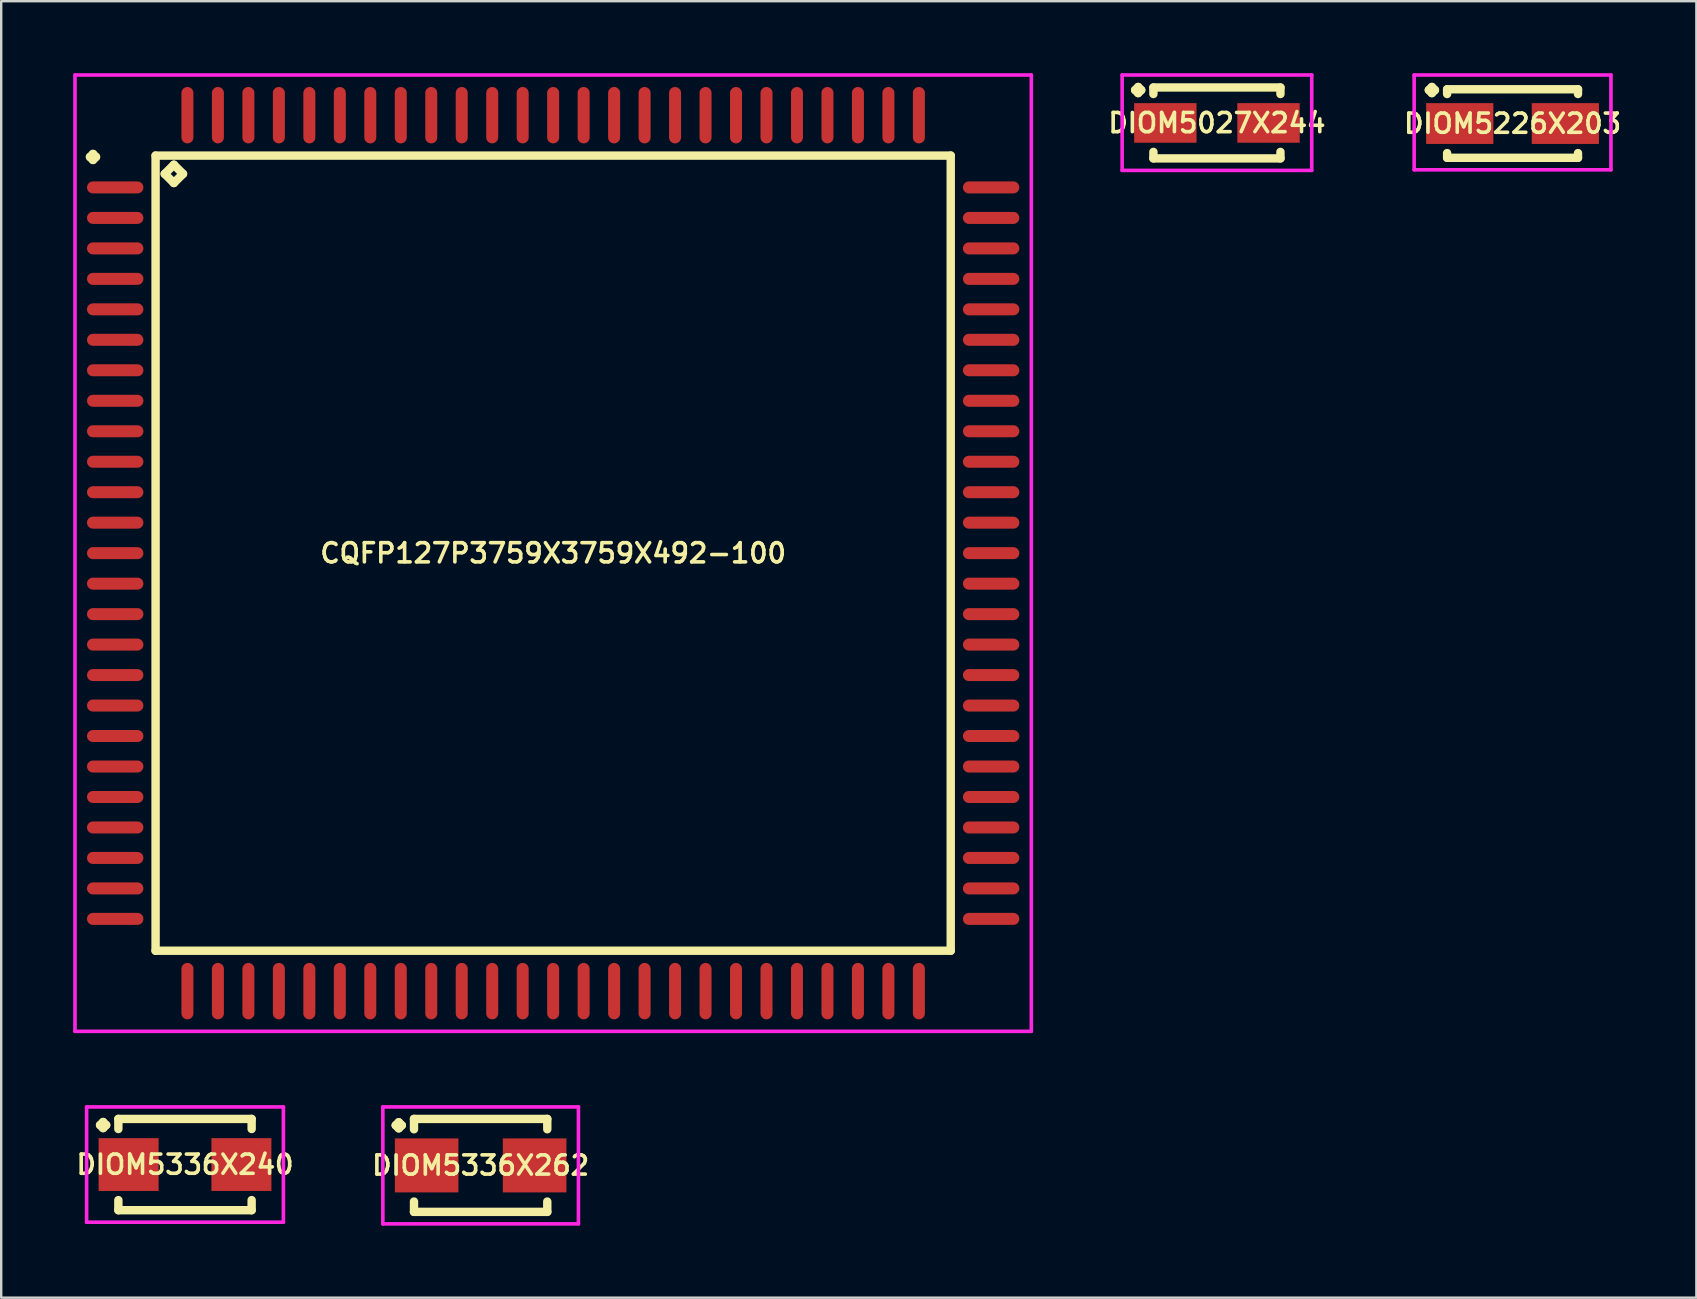
<source format=kicad_pcb>
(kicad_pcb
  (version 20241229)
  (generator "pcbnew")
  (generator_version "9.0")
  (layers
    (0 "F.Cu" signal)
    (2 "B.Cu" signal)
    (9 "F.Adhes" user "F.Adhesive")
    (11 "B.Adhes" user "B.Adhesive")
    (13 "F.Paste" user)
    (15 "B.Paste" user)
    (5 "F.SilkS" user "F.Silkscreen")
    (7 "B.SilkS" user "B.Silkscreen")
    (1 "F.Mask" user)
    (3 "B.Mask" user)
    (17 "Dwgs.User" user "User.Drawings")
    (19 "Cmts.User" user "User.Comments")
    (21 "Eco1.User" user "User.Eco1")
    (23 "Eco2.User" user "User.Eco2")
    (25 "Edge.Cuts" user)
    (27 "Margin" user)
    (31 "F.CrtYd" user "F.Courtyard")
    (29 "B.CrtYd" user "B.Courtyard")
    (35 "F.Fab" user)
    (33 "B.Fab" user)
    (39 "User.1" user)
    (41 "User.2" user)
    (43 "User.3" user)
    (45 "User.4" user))
  (footprint "DIOM5027X244"
    (layer "F.Cu")
    (at 47.659 2.073)
    (property "Reference" "DIOM5027X244" (at 0 0 0) (layer "F.SilkS") (effects (font (size 0.8 0.8) (thickness 0.15))))
    (attr through_hole)
    (fp_line (start -3.409 -1.371) (end -3.282 -1.498) (stroke (width 0.35) (type solid)) (layer "F.SilkS"))
    (fp_line (start -3.282 -1.498) (end -3.155 -1.371) (stroke (width 0.35) (type solid)) (layer "F.SilkS"))
    (fp_line (start -3.282 -1.244) (end -3.409 -1.371) (stroke (width 0.35) (type solid)) (layer "F.SilkS"))
    (fp_line (start -3.155 -1.371) (end -3.282 -1.244) (stroke (width 0.35) (type solid)) (layer "F.SilkS"))
    (fp_line (start -2.647 -1.477) (end 2.647 -1.477) (stroke (width 0.35) (type solid)) (layer "F.SilkS"))
    (fp_line (start -2.647 -1.206) (end -2.647 -1.477) (stroke (width 0.35) (type solid)) (layer "F.SilkS"))
    (fp_line (start -2.647 1.206) (end -2.647 1.477) (stroke (width 0.35) (type solid)) (layer "F.SilkS"))
    (fp_line (start -2.647 1.477) (end 2.647 1.477) (stroke (width 0.35) (type solid)) (layer "F.SilkS"))
    (fp_line (start 2.647 -1.477) (end 2.647 -1.206) (stroke (width 0.35) (type solid)) (layer "F.SilkS"))
    (fp_line (start 2.647 1.477) (end 2.647 1.206) (stroke (width 0.35) (type solid)) (layer "F.SilkS"))
    (fp_line (start -3.95 -1.998) (end 3.95 -1.998) (stroke (width 0.15) (type solid)) (layer "F.CrtYd"))
    (fp_line (start -3.95 1.977) (end -3.95 -1.998) (stroke (width 0.15) (type solid)) (layer "F.CrtYd"))
    (fp_line (start 3.95 -1.998) (end 3.95 1.977) (stroke (width 0.15) (type solid)) (layer "F.CrtYd"))
    (fp_line (start 3.95 1.977) (end -3.95 1.977) (stroke (width 0.15) (type solid)) (layer "F.CrtYd"))
    (pad "1" smd rect (at -2.15 0) (size 2.6 1.65) (layers "F.Cu" "F.Mask" "F.Paste"))
    (pad "2" smd rect (at 2.15 0) (size 2.6 1.65) (layers "F.Cu" "F.Mask" "F.Paste")))
  (footprint "DIOM5336X240"
    (layer "F.Cu")
    (at 4.659 45.477)
    (property "Reference" "DIOM5336X240" (at 0 0 0) (layer "F.SilkS") (effects (font (size 0.8 0.8) (thickness 0.15))))
    (attr smd)
    (fp_line (start -3.539 -1.646) (end -3.412 -1.773) (stroke (width 0.35) (type solid)) (layer "F.SilkS"))
    (fp_line (start -3.412 -1.773) (end -3.285 -1.646) (stroke (width 0.35) (type solid)) (layer "F.SilkS"))
    (fp_line (start -3.412 -1.519) (end -3.539 -1.646) (stroke (width 0.35) (type solid)) (layer "F.SilkS"))
    (fp_line (start -3.285 -1.646) (end -3.412 -1.519) (stroke (width 0.35) (type solid)) (layer "F.SilkS"))
    (fp_line (start -2.777 -1.902) (end 2.777 -1.902) (stroke (width 0.35) (type solid)) (layer "F.SilkS"))
    (fp_line (start -2.777 -1.481) (end -2.777 -1.902) (stroke (width 0.35) (type solid)) (layer "F.SilkS"))
    (fp_line (start -2.777 1.481) (end -2.777 1.902) (stroke (width 0.35) (type solid)) (layer "F.SilkS"))
    (fp_line (start -2.777 1.902) (end 2.777 1.902) (stroke (width 0.35) (type solid)) (layer "F.SilkS"))
    (fp_line (start 2.777 -1.902) (end 2.777 -1.481) (stroke (width 0.35) (type solid)) (layer "F.SilkS"))
    (fp_line (start 2.777 1.902) (end 2.777 1.481) (stroke (width 0.35) (type solid)) (layer "F.SilkS"))
    (fp_line (start -4.1 -2.402) (end 4.1 -2.402) (stroke (width 0.15) (type solid)) (layer "F.CrtYd"))
    (fp_line (start -4.1 2.402) (end -4.1 -2.402) (stroke (width 0.15) (type solid)) (layer "F.CrtYd"))
    (fp_line (start 4.1 -2.402) (end 4.1 2.402) (stroke (width 0.15) (type solid)) (layer "F.CrtYd"))
    (fp_line (start 4.1 2.402) (end -4.1 2.402) (stroke (width 0.15) (type solid)) (layer "F.CrtYd"))
    (pad "1" smd rect (at -2.35 0) (size 2.5 2.2) (layers "F.Cu" "F.Mask" "F.Paste"))
    (pad "2" smd rect (at 2.35 0) (size 2.5 2.2) (layers "F.Cu" "F.Mask" "F.Paste")))
  (footprint "CQFP127P3759X3759X492-100"
    (layer "F.Cu")
    (at 20 20)
    (property "Reference" "CQFP127P3759X3759X492-100" (at 0 0 0) (layer "F.SilkS") (effects (font (size 0.8 0.8) (thickness 0.15))))
    (attr smd)
    (fp_line (start -19.3 -16.51) (end -19.175 -16.635) (stroke (width 0.35) (type solid)) (layer "F.SilkS"))
    (fp_line (start -19.175 -16.635) (end -19.05 -16.51) (stroke (width 0.35) (type solid)) (layer "F.SilkS"))
    (fp_line (start -19.175 -16.385) (end -19.3 -16.51) (stroke (width 0.35) (type solid)) (layer "F.SilkS"))
    (fp_line (start -19.05 -16.51) (end -19.175 -16.385) (stroke (width 0.35) (type solid)) (layer "F.SilkS"))
    (fp_line (start -16.567 -16.567) (end -16.567 16.567) (stroke (width 0.35) (type solid)) (layer "F.SilkS"))
    (fp_line (start -16.567 16.567) (end 16.567 16.567) (stroke (width 0.35) (type solid)) (layer "F.SilkS"))
    (fp_line (start -16.186 -15.805) (end -15.805 -16.186) (stroke (width 0.35) (type solid)) (layer "F.SilkS"))
    (fp_line (start -15.805 -16.186) (end -15.424 -15.805) (stroke (width 0.35) (type solid)) (layer "F.SilkS"))
    (fp_line (start -15.805 -15.424) (end -16.186 -15.805) (stroke (width 0.35) (type solid)) (layer "F.SilkS"))
    (fp_line (start -15.424 -15.805) (end -15.805 -15.424) (stroke (width 0.35) (type solid)) (layer "F.SilkS"))
    (fp_line (start 16.567 -16.567) (end -16.567 -16.567) (stroke (width 0.35) (type solid)) (layer "F.SilkS"))
    (fp_line (start 16.567 16.567) (end 16.567 -16.567) (stroke (width 0.35) (type solid)) (layer "F.SilkS"))
    (fp_line (start -19.925 -19.925) (end 19.925 -19.925) (stroke (width 0.15) (type solid)) (layer "F.CrtYd"))
    (fp_line (start -19.925 19.925) (end -19.925 -19.925) (stroke (width 0.15) (type solid)) (layer "F.CrtYd"))
    (fp_line (start 19.925 -19.925) (end 19.925 19.925) (stroke (width 0.15) (type solid)) (layer "F.CrtYd"))
    (fp_line (start 19.925 19.925) (end -19.925 19.925) (stroke (width 0.15) (type solid)) (layer "F.CrtYd"))
    (pad "1" smd oval (at -18.25 -15.24) (size 2.35 0.5) (layers "F.Cu" "F.Mask" "F.Paste"))
    (pad "2" smd oval (at -18.25 -13.97) (size 2.35 0.5) (layers "F.Cu" "F.Mask" "F.Paste"))
    (pad "3" smd oval (at -18.25 -12.7) (size 2.35 0.5) (layers "F.Cu" "F.Mask" "F.Paste"))
    (pad "4" smd oval (at -18.25 -11.43) (size 2.35 0.5) (layers "F.Cu" "F.Mask" "F.Paste"))
    (pad "5" smd oval (at -18.25 -10.16) (size 2.35 0.5) (layers "F.Cu" "F.Mask" "F.Paste"))
    (pad "6" smd oval (at -18.25 -8.89) (size 2.35 0.5) (layers "F.Cu" "F.Mask" "F.Paste"))
    (pad "7" smd oval (at -18.25 -7.62) (size 2.35 0.5) (layers "F.Cu" "F.Mask" "F.Paste"))
    (pad "8" smd oval (at -18.25 -6.35) (size 2.35 0.5) (layers "F.Cu" "F.Mask" "F.Paste"))
    (pad "9" smd oval (at -18.25 -5.08) (size 2.35 0.5) (layers "F.Cu" "F.Mask" "F.Paste"))
    (pad "10" smd oval (at -18.25 -3.81) (size 2.35 0.5) (layers "F.Cu" "F.Mask" "F.Paste"))
    (pad "11" smd oval (at -18.25 -2.54) (size 2.35 0.5) (layers "F.Cu" "F.Mask" "F.Paste"))
    (pad "12" smd oval (at -18.25 -1.27) (size 2.35 0.5) (layers "F.Cu" "F.Mask" "F.Paste"))
    (pad "13" smd oval (at -18.25 0) (size 2.35 0.5) (layers "F.Cu" "F.Mask" "F.Paste"))
    (pad "14" smd oval (at -18.25 1.27) (size 2.35 0.5) (layers "F.Cu" "F.Mask" "F.Paste"))
    (pad "15" smd oval (at -18.25 2.54) (size 2.35 0.5) (layers "F.Cu" "F.Mask" "F.Paste"))
    (pad "16" smd oval (at -18.25 3.81) (size 2.35 0.5) (layers "F.Cu" "F.Mask" "F.Paste"))
    (pad "17" smd oval (at -18.25 5.08) (size 2.35 0.5) (layers "F.Cu" "F.Mask" "F.Paste"))
    (pad "18" smd oval (at -18.25 6.35) (size 2.35 0.5) (layers "F.Cu" "F.Mask" "F.Paste"))
    (pad "19" smd oval (at -18.25 7.62) (size 2.35 0.5) (layers "F.Cu" "F.Mask" "F.Paste"))
    (pad "20" smd oval (at -18.25 8.89) (size 2.35 0.5) (layers "F.Cu" "F.Mask" "F.Paste"))
    (pad "21" smd oval (at -18.25 10.16) (size 2.35 0.5) (layers "F.Cu" "F.Mask" "F.Paste"))
    (pad "22" smd oval (at -18.25 11.43) (size 2.35 0.5) (layers "F.Cu" "F.Mask" "F.Paste"))
    (pad "23" smd oval (at -18.25 12.7) (size 2.35 0.5) (layers "F.Cu" "F.Mask" "F.Paste"))
    (pad "24" smd oval (at -18.25 13.97) (size 2.35 0.5) (layers "F.Cu" "F.Mask" "F.Paste"))
    (pad "25" smd oval (at -18.25 15.24) (size 2.35 0.5) (layers "F.Cu" "F.Mask" "F.Paste"))
    (pad "26" smd oval (at -15.24 18.25) (size 0.5 2.35) (layers "F.Cu" "F.Mask" "F.Paste"))
    (pad "27" smd oval (at -13.97 18.25) (size 0.5 2.35) (layers "F.Cu" "F.Mask" "F.Paste"))
    (pad "28" smd oval (at -12.7 18.25) (size 0.5 2.35) (layers "F.Cu" "F.Mask" "F.Paste"))
    (pad "29" smd oval (at -11.43 18.25) (size 0.5 2.35) (layers "F.Cu" "F.Mask" "F.Paste"))
    (pad "30" smd oval (at -10.16 18.25) (size 0.5 2.35) (layers "F.Cu" "F.Mask" "F.Paste"))
    (pad "31" smd oval (at -8.89 18.25) (size 0.5 2.35) (layers "F.Cu" "F.Mask" "F.Paste"))
    (pad "32" smd oval (at -7.62 18.25) (size 0.5 2.35) (layers "F.Cu" "F.Mask" "F.Paste"))
    (pad "33" smd oval (at -6.35 18.25) (size 0.5 2.35) (layers "F.Cu" "F.Mask" "F.Paste"))
    (pad "34" smd oval (at -5.08 18.25) (size 0.5 2.35) (layers "F.Cu" "F.Mask" "F.Paste"))
    (pad "35" smd oval (at -3.81 18.25) (size 0.5 2.35) (layers "F.Cu" "F.Mask" "F.Paste"))
    (pad "36" smd oval (at -2.54 18.25) (size 0.5 2.35) (layers "F.Cu" "F.Mask" "F.Paste"))
    (pad "37" smd oval (at -1.27 18.25) (size 0.5 2.35) (layers "F.Cu" "F.Mask" "F.Paste"))
    (pad "38" smd oval (at 0 18.25) (size 0.5 2.35) (layers "F.Cu" "F.Mask" "F.Paste"))
    (pad "39" smd oval (at 1.27 18.25) (size 0.5 2.35) (layers "F.Cu" "F.Mask" "F.Paste"))
    (pad "40" smd oval (at 2.54 18.25) (size 0.5 2.35) (layers "F.Cu" "F.Mask" "F.Paste"))
    (pad "41" smd oval (at 3.81 18.25) (size 0.5 2.35) (layers "F.Cu" "F.Mask" "F.Paste"))
    (pad "42" smd oval (at 5.08 18.25) (size 0.5 2.35) (layers "F.Cu" "F.Mask" "F.Paste"))
    (pad "43" smd oval (at 6.35 18.25) (size 0.5 2.35) (layers "F.Cu" "F.Mask" "F.Paste"))
    (pad "44" smd oval (at 7.62 18.25) (size 0.5 2.35) (layers "F.Cu" "F.Mask" "F.Paste"))
    (pad "45" smd oval (at 8.89 18.25) (size 0.5 2.35) (layers "F.Cu" "F.Mask" "F.Paste"))
    (pad "46" smd oval (at 10.16 18.25) (size 0.5 2.35) (layers "F.Cu" "F.Mask" "F.Paste"))
    (pad "47" smd oval (at 11.43 18.25) (size 0.5 2.35) (layers "F.Cu" "F.Mask" "F.Paste"))
    (pad "48" smd oval (at 12.7 18.25) (size 0.5 2.35) (layers "F.Cu" "F.Mask" "F.Paste"))
    (pad "49" smd oval (at 13.97 18.25) (size 0.5 2.35) (layers "F.Cu" "F.Mask" "F.Paste"))
    (pad "50" smd oval (at 15.24 18.25) (size 0.5 2.35) (layers "F.Cu" "F.Mask" "F.Paste"))
    (pad "51" smd oval (at 18.25 15.24) (size 2.35 0.5) (layers "F.Cu" "F.Mask" "F.Paste"))
    (pad "52" smd oval (at 18.25 13.97) (size 2.35 0.5) (layers "F.Cu" "F.Mask" "F.Paste"))
    (pad "53" smd oval (at 18.25 12.7) (size 2.35 0.5) (layers "F.Cu" "F.Mask" "F.Paste"))
    (pad "54" smd oval (at 18.25 11.43) (size 2.35 0.5) (layers "F.Cu" "F.Mask" "F.Paste"))
    (pad "55" smd oval (at 18.25 10.16) (size 2.35 0.5) (layers "F.Cu" "F.Mask" "F.Paste"))
    (pad "56" smd oval (at 18.25 8.89) (size 2.35 0.5) (layers "F.Cu" "F.Mask" "F.Paste"))
    (pad "57" smd oval (at 18.25 7.62) (size 2.35 0.5) (layers "F.Cu" "F.Mask" "F.Paste"))
    (pad "58" smd oval (at 18.25 6.35) (size 2.35 0.5) (layers "F.Cu" "F.Mask" "F.Paste"))
    (pad "59" smd oval (at 18.25 5.08) (size 2.35 0.5) (layers "F.Cu" "F.Mask" "F.Paste"))
    (pad "60" smd oval (at 18.25 3.81) (size 2.35 0.5) (layers "F.Cu" "F.Mask" "F.Paste"))
    (pad "61" smd oval (at 18.25 2.54) (size 2.35 0.5) (layers "F.Cu" "F.Mask" "F.Paste"))
    (pad "62" smd oval (at 18.25 1.27) (size 2.35 0.5) (layers "F.Cu" "F.Mask" "F.Paste"))
    (pad "63" smd oval (at 18.25 0) (size 2.35 0.5) (layers "F.Cu" "F.Mask" "F.Paste"))
    (pad "64" smd oval (at 18.25 -1.27) (size 2.35 0.5) (layers "F.Cu" "F.Mask" "F.Paste"))
    (pad "65" smd oval (at 18.25 -2.54) (size 2.35 0.5) (layers "F.Cu" "F.Mask" "F.Paste"))
    (pad "66" smd oval (at 18.25 -3.81) (size 2.35 0.5) (layers "F.Cu" "F.Mask" "F.Paste"))
    (pad "67" smd oval (at 18.25 -5.08) (size 2.35 0.5) (layers "F.Cu" "F.Mask" "F.Paste"))
    (pad "68" smd oval (at 18.25 -6.35) (size 2.35 0.5) (layers "F.Cu" "F.Mask" "F.Paste"))
    (pad "69" smd oval (at 18.25 -7.62) (size 2.35 0.5) (layers "F.Cu" "F.Mask" "F.Paste"))
    (pad "70" smd oval (at 18.25 -8.89) (size 2.35 0.5) (layers "F.Cu" "F.Mask" "F.Paste"))
    (pad "71" smd oval (at 18.25 -10.16) (size 2.35 0.5) (layers "F.Cu" "F.Mask" "F.Paste"))
    (pad "72" smd oval (at 18.25 -11.43) (size 2.35 0.5) (layers "F.Cu" "F.Mask" "F.Paste"))
    (pad "73" smd oval (at 18.25 -12.7) (size 2.35 0.5) (layers "F.Cu" "F.Mask" "F.Paste"))
    (pad "74" smd oval (at 18.25 -13.97) (size 2.35 0.5) (layers "F.Cu" "F.Mask" "F.Paste"))
    (pad "75" smd oval (at 18.25 -15.24) (size 2.35 0.5) (layers "F.Cu" "F.Mask" "F.Paste"))
    (pad "76" smd oval (at 15.24 -18.25) (size 0.5 2.35) (layers "F.Cu" "F.Mask" "F.Paste"))
    (pad "77" smd oval (at 13.97 -18.25) (size 0.5 2.35) (layers "F.Cu" "F.Mask" "F.Paste"))
    (pad "78" smd oval (at 12.7 -18.25) (size 0.5 2.35) (layers "F.Cu" "F.Mask" "F.Paste"))
    (pad "79" smd oval (at 11.43 -18.25) (size 0.5 2.35) (layers "F.Cu" "F.Mask" "F.Paste"))
    (pad "80" smd oval (at 10.16 -18.25) (size 0.5 2.35) (layers "F.Cu" "F.Mask" "F.Paste"))
    (pad "81" smd oval (at 8.89 -18.25) (size 0.5 2.35) (layers "F.Cu" "F.Mask" "F.Paste"))
    (pad "82" smd oval (at 7.62 -18.25) (size 0.5 2.35) (layers "F.Cu" "F.Mask" "F.Paste"))
    (pad "83" smd oval (at 6.35 -18.25) (size 0.5 2.35) (layers "F.Cu" "F.Mask" "F.Paste"))
    (pad "84" smd oval (at 5.08 -18.25) (size 0.5 2.35) (layers "F.Cu" "F.Mask" "F.Paste"))
    (pad "85" smd oval (at 3.81 -18.25) (size 0.5 2.35) (layers "F.Cu" "F.Mask" "F.Paste"))
    (pad "86" smd oval (at 2.54 -18.25) (size 0.5 2.35) (layers "F.Cu" "F.Mask" "F.Paste"))
    (pad "87" smd oval (at 1.27 -18.25) (size 0.5 2.35) (layers "F.Cu" "F.Mask" "F.Paste"))
    (pad "88" smd oval (at 0 -18.25) (size 0.5 2.35) (layers "F.Cu" "F.Mask" "F.Paste"))
    (pad "89" smd oval (at -1.27 -18.25) (size 0.5 2.35) (layers "F.Cu" "F.Mask" "F.Paste"))
    (pad "90" smd oval (at -2.54 -18.25) (size 0.5 2.35) (layers "F.Cu" "F.Mask" "F.Paste"))
    (pad "91" smd oval (at -3.81 -18.25) (size 0.5 2.35) (layers "F.Cu" "F.Mask" "F.Paste"))
    (pad "92" smd oval (at -5.08 -18.25) (size 0.5 2.35) (layers "F.Cu" "F.Mask" "F.Paste"))
    (pad "93" smd oval (at -6.35 -18.25) (size 0.5 2.35) (layers "F.Cu" "F.Mask" "F.Paste"))
    (pad "94" smd oval (at -7.62 -18.25) (size 0.5 2.35) (layers "F.Cu" "F.Mask" "F.Paste"))
    (pad "95" smd oval (at -8.89 -18.25) (size 0.5 2.35) (layers "F.Cu" "F.Mask" "F.Paste"))
    (pad "96" smd oval (at -10.16 -18.25) (size 0.5 2.35) (layers "F.Cu" "F.Mask" "F.Paste"))
    (pad "97" smd oval (at -11.43 -18.25) (size 0.5 2.35) (layers "F.Cu" "F.Mask" "F.Paste"))
    (pad "98" smd oval (at -12.7 -18.25) (size 0.5 2.35) (layers "F.Cu" "F.Mask" "F.Paste"))
    (pad "99" smd oval (at -13.97 -18.25) (size 0.5 2.35) (layers "F.Cu" "F.Mask" "F.Paste"))
    (pad "100" smd oval (at -15.24 -18.25) (size 0.5 2.35) (layers "F.Cu" "F.Mask" "F.Paste")))
  (footprint "DIOM5226X203"
    (layer "F.Cu")
    (at 59.978 2.098)
    (property "Reference" "DIOM5226X203" (at 0 0 0) (layer "F.SilkS") (effects (font (size 0.8 0.8) (thickness 0.15))))
    (attr smd)
    (fp_line (start -3.489 -1.396) (end -3.362 -1.523) (stroke (width 0.35) (type solid)) (layer "F.SilkS"))
    (fp_line (start -3.362 -1.523) (end -3.235 -1.396) (stroke (width 0.35) (type solid)) (layer "F.SilkS"))
    (fp_line (start -3.362 -1.269) (end -3.489 -1.396) (stroke (width 0.35) (type solid)) (layer "F.SilkS"))
    (fp_line (start -3.235 -1.396) (end -3.362 -1.269) (stroke (width 0.35) (type solid)) (layer "F.SilkS"))
    (fp_line (start -2.727 -1.427) (end 2.727 -1.427) (stroke (width 0.35) (type solid)) (layer "F.SilkS"))
    (fp_line (start -2.727 -1.231) (end -2.727 -1.427) (stroke (width 0.35) (type solid)) (layer "F.SilkS"))
    (fp_line (start -2.727 1.231) (end -2.727 1.427) (stroke (width 0.35) (type solid)) (layer "F.SilkS"))
    (fp_line (start -2.727 1.427) (end 2.727 1.427) (stroke (width 0.35) (type solid)) (layer "F.SilkS"))
    (fp_line (start 2.727 -1.427) (end 2.727 -1.231) (stroke (width 0.35) (type solid)) (layer "F.SilkS"))
    (fp_line (start 2.727 1.427) (end 2.727 1.231) (stroke (width 0.35) (type solid)) (layer "F.SilkS"))
    (fp_line (start -4.1 -2.023) (end 4.1 -2.023) (stroke (width 0.15) (type solid)) (layer "F.CrtYd"))
    (fp_line (start -4.1 1.927) (end -4.1 -2.023) (stroke (width 0.15) (type solid)) (layer "F.CrtYd"))
    (fp_line (start 4.1 -2.023) (end 4.1 1.927) (stroke (width 0.15) (type solid)) (layer "F.CrtYd"))
    (fp_line (start 4.1 1.927) (end -4.1 1.927) (stroke (width 0.15) (type solid)) (layer "F.CrtYd"))
    (pad "1" smd rect (at -2.2 0) (size 2.8 1.7) (layers "F.Cu" "F.Mask" "F.Paste"))
    (pad "2" smd rect (at 2.2 0) (size 2.8 1.7) (layers "F.Cu" "F.Mask" "F.Paste")))
  (footprint "DIOM5336X262"
    (layer "F.Cu")
    (at 16.978 45.512)
    (property "Reference" "DIOM5336X262" (at 0 0 0) (layer "F.SilkS") (effects (font (size 0.8 0.8) (thickness 0.15))))
    (attr through_hole)
    (fp_line (start -3.539 -1.671) (end -3.412 -1.798) (stroke (width 0.35) (type solid)) (layer "F.SilkS"))
    (fp_line (start -3.412 -1.798) (end -3.285 -1.671) (stroke (width 0.35) (type solid)) (layer "F.SilkS"))
    (fp_line (start -3.412 -1.544) (end -3.539 -1.671) (stroke (width 0.35) (type solid)) (layer "F.SilkS"))
    (fp_line (start -3.285 -1.671) (end -3.412 -1.544) (stroke (width 0.35) (type solid)) (layer "F.SilkS"))
    (fp_line (start -2.777 -1.937) (end 2.777 -1.937) (stroke (width 0.35) (type solid)) (layer "F.SilkS"))
    (fp_line (start -2.777 -1.506) (end -2.777 -1.937) (stroke (width 0.35) (type solid)) (layer "F.SilkS"))
    (fp_line (start -2.777 1.506) (end -2.777 1.937) (stroke (width 0.35) (type solid)) (layer "F.SilkS"))
    (fp_line (start -2.777 1.937) (end 2.777 1.937) (stroke (width 0.35) (type solid)) (layer "F.SilkS"))
    (fp_line (start 2.777 -1.937) (end 2.777 -1.506) (stroke (width 0.35) (type solid)) (layer "F.SilkS"))
    (fp_line (start 2.777 1.937) (end 2.777 1.506) (stroke (width 0.35) (type solid)) (layer "F.SilkS"))
    (fp_line (start -4.075 -2.437) (end 4.075 -2.437) (stroke (width 0.15) (type solid)) (layer "F.CrtYd"))
    (fp_line (start -4.075 2.437) (end -4.075 -2.437) (stroke (width 0.15) (type solid)) (layer "F.CrtYd"))
    (fp_line (start 4.075 -2.437) (end 4.075 2.437) (stroke (width 0.15) (type solid)) (layer "F.CrtYd"))
    (fp_line (start 4.075 2.437) (end -4.075 2.437) (stroke (width 0.15) (type solid)) (layer "F.CrtYd"))
    (pad "1" smd rect (at -2.25 0) (size 2.65 2.25) (layers "F.Cu" "F.Mask" "F.Paste"))
    (pad "2" smd rect (at 2.25 0) (size 2.65 2.25) (layers "F.Cu" "F.Mask" "F.Paste")))
  (gr_rect
    (start -3 -3)
    (end 67.637 51.024)
    (stroke (width 0.1) (type default))
    (fill no)
    (layer "Edge.Cuts")))
</source>
